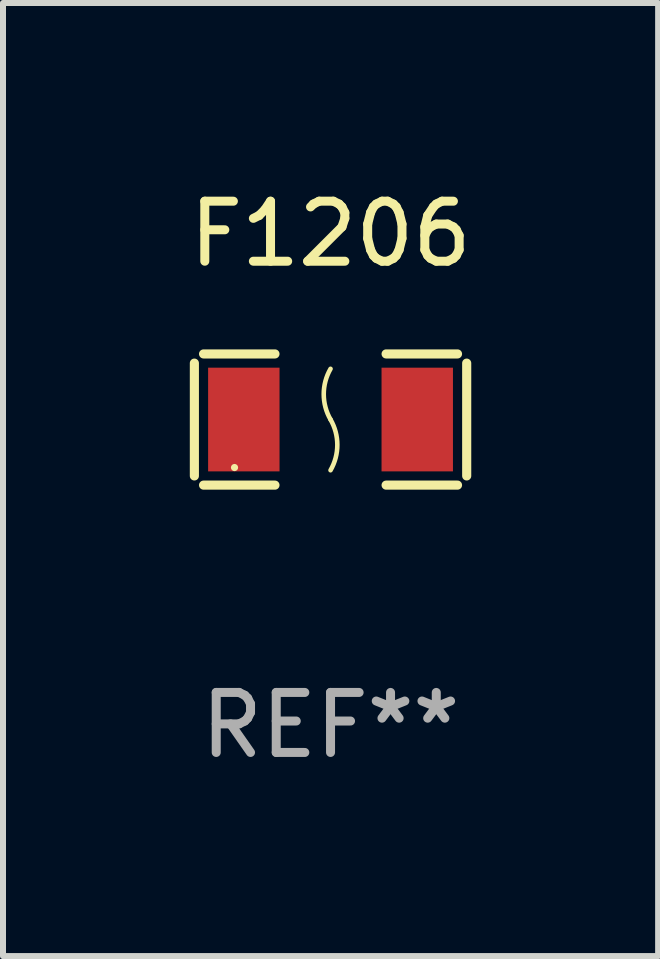
<source format=kicad_pcb>
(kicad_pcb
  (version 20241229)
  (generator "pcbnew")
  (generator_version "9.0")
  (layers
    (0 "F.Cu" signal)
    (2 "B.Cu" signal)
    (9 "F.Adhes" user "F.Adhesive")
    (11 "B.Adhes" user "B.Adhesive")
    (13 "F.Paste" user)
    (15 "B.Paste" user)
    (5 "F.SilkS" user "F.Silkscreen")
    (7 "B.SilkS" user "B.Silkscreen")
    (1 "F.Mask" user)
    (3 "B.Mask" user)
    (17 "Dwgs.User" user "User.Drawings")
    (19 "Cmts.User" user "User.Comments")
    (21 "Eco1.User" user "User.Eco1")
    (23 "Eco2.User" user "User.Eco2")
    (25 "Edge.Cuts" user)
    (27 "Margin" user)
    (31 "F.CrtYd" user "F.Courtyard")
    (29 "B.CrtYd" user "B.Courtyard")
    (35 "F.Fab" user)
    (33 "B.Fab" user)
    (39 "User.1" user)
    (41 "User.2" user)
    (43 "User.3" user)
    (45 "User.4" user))
  (footprint "F1206"
    (layer "F.Cu")
    (at 2.458 3.941)
    (property "Reference" "F1206" (at 0 -3.093 0) (layer "F.SilkS") (effects (font (size 1 1) (thickness 0.15))))
    (attr smd)
    (fp_line (start -2.269 -0.94) (end -2.269 0.94) (stroke (width 0.152) (type solid)) (layer "F.SilkS"))
    (fp_line (start -2.116 1.093) (end -0.926 1.093) (stroke (width 0.152) (type solid)) (layer "F.SilkS"))
    (fp_line (start -0.926 -1.093) (end -2.116 -1.093) (stroke (width 0.152) (type solid)) (layer "F.SilkS"))
    (fp_line (start 0.926 -1.093) (end 2.116 -1.093) (stroke (width 0.152) (type solid)) (layer "F.SilkS"))
    (fp_line (start 2.116 1.093) (end 0.926 1.093) (stroke (width 0.152) (type solid)) (layer "F.SilkS"))
    (fp_line (start 2.269 -0.94) (end 2.269 0.94) (stroke (width 0.152) (type solid)) (layer "F.SilkS"))
    (fp_arc (start 0 0) (mid -0.113202 -0.422475) (end 0 -0.844951) (stroke (width 0.0762) (type solid)) (layer "F.SilkS"))
    (fp_arc (start 0 0) (mid 0.113202 0.422475) (end 0 0.844951) (stroke (width 0.0762) (type solid)) (layer "F.SilkS"))
    (fp_circle (center -1.6 0.8) (end -1.57 0.8) (stroke (width 0.06) (type solid)) (fill no) (layer "F.SilkS"))
    (fp_text user "REF**" (at 0 5.093 0) (layer "F.Fab") (effects (font (size 1 1) (thickness 0.15))))
    (pad "1" smd rect (at -1.445 0) (size 1.19 1.728) (layers "F.Cu" "F.Mask" "F.Paste"))
    (pad "2" smd rect (at 1.445 0) (size 1.19 1.728) (layers "F.Cu" "F.Mask" "F.Paste")))
  (gr_rect
    (start -3 -3)
    (end 7.917 12.882)
    (stroke (width 0.1) (type default))
    (fill no)
    (layer "Edge.Cuts")))
</source>
